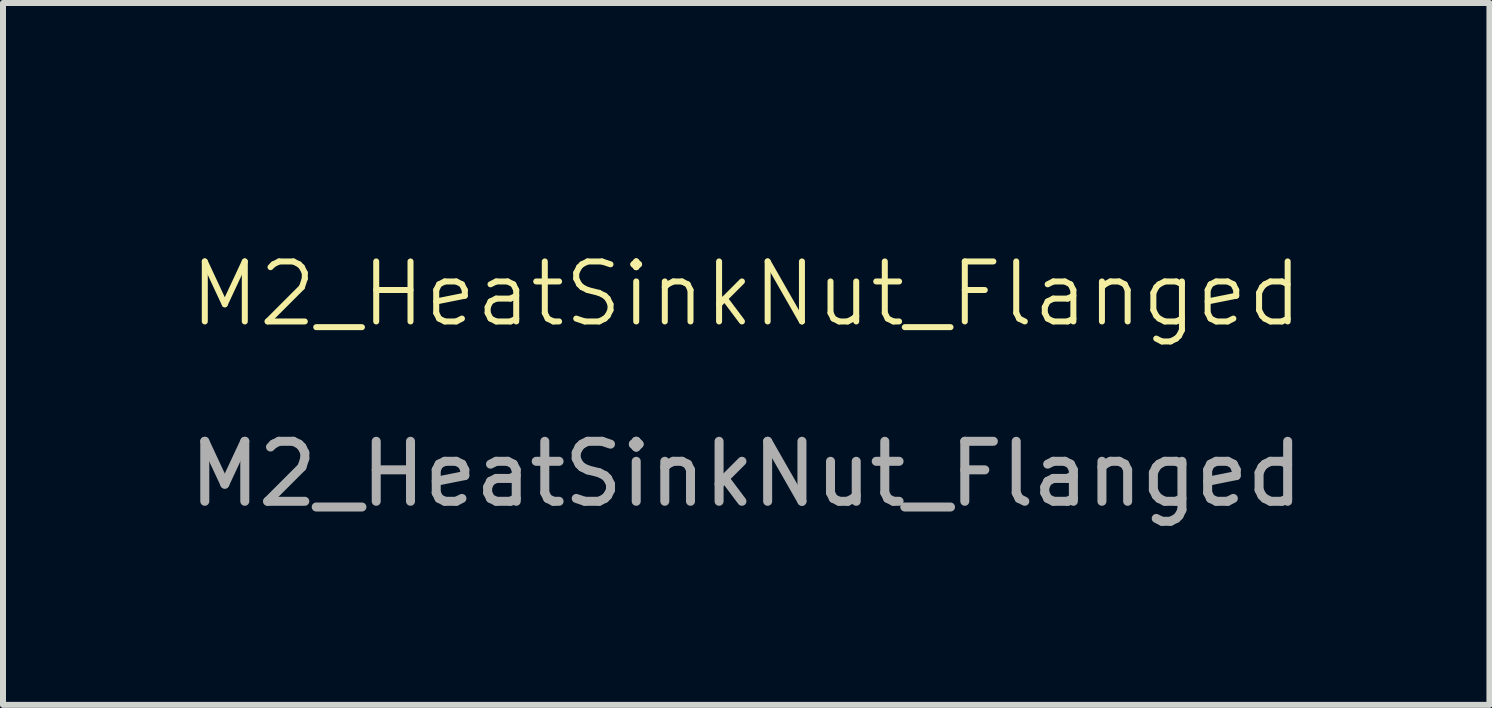
<source format=kicad_pcb>
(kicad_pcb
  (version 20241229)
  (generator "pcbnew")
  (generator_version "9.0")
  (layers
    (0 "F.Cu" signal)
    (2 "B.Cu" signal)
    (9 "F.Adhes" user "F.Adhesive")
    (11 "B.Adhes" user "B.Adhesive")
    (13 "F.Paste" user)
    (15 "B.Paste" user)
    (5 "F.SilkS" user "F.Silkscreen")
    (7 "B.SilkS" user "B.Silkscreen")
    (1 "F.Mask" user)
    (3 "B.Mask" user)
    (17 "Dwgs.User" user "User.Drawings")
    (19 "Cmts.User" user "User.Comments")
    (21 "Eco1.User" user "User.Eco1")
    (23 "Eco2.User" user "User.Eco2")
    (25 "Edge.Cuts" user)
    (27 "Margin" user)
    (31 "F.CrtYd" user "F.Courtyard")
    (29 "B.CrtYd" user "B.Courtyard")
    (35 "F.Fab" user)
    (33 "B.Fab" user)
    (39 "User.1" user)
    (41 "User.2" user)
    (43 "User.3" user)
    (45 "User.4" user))
  (footprint "M2_HeatSinkNut_Flanged"
    (layer "F.Cu")
    (at 9.387 2.35)
    (property "Reference" "M2_HeatSinkNut_Flanged" (at 0 -0.5 0) (unlocked yes) (layer "F.SilkS") (effects (font (size 1 1) (thickness 0.1))))
    (attr smd)
    (fp_circle (center 0 0) (end 2.3 0) (stroke (width 0.1) (type solid)) (fill no) (layer "User.2"))
    (fp_circle (center 0 0) (end 1.6 0) (stroke (width 0.1) (type solid)) (fill no) (layer "User.3"))
    (fp_text user "${REFERENCE}" (at 0 2.5 0) (unlocked yes) (layer "F.Fab") (effects (font (size 1 1) (thickness 0.15)))))
  (gr_rect
    (start -3 -3)
    (end 21.774 8.698)
    (stroke (width 0.1) (type default))
    (fill no)
    (layer "Edge.Cuts")))
</source>
